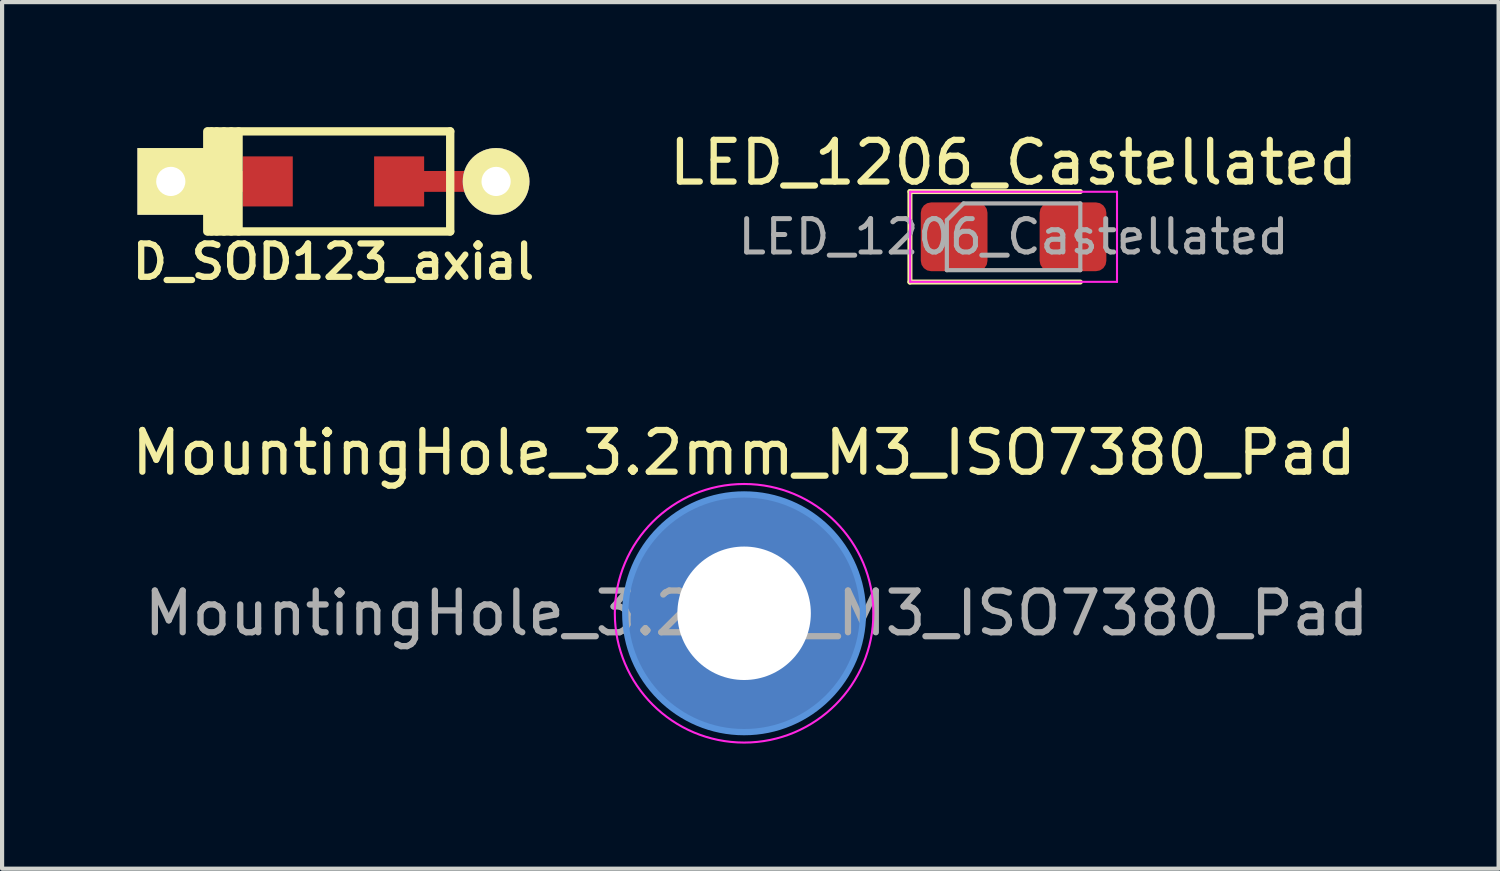
<source format=kicad_pcb>
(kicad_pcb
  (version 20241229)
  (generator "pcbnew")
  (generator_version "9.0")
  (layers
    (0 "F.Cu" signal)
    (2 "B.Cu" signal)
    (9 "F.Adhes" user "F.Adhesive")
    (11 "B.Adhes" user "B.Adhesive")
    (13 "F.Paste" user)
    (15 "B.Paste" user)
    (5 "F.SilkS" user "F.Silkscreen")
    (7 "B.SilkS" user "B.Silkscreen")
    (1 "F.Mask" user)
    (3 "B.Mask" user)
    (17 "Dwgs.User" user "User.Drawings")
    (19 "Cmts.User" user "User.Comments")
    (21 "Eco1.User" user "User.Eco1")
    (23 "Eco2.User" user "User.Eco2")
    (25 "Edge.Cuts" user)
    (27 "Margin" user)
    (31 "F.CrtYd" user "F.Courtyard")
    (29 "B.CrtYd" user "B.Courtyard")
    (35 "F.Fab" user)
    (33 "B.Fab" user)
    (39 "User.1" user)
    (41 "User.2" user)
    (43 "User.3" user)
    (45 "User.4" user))
  (footprint "LED_1206_Castellated"
    (layer "F.Cu")
    (at 21.253 2.628)
    (property "Reference" "LED_1206_Castellated" (at 0 -1.78 0) (layer "F.SilkS") (effects (font (size 1 1) (thickness 0.15))))
    (attr smd)
    (fp_line (start -2.485 -1.085) (end -2.485 1.085) (stroke (width 0.12) (type solid)) (layer "F.SilkS"))
    (fp_line (start -2.485 1.085) (end 1.6 1.085) (stroke (width 0.12) (type solid)) (layer "F.SilkS"))
    (fp_line (start 1.6 -1.085) (end -2.485 -1.085) (stroke (width 0.12) (type solid)) (layer "F.SilkS"))
    (fp_line (start -2.48 -1.08) (end 2.48 -1.08) (stroke (width 0.05) (type solid)) (layer "F.CrtYd"))
    (fp_line (start -2.48 1.08) (end -2.48 -1.08) (stroke (width 0.05) (type solid)) (layer "F.CrtYd"))
    (fp_line (start 2.48 -1.08) (end 2.48 1.08) (stroke (width 0.05) (type solid)) (layer "F.CrtYd"))
    (fp_line (start 2.48 1.08) (end -2.48 1.08) (stroke (width 0.05) (type solid)) (layer "F.CrtYd"))
    (fp_line (start -1.6 -0.4) (end -1.6 0.8) (stroke (width 0.1) (type solid)) (layer "F.Fab"))
    (fp_line (start -1.6 0.8) (end 1.6 0.8) (stroke (width 0.1) (type solid)) (layer "F.Fab"))
    (fp_line (start -1.2 -0.8) (end -1.6 -0.4) (stroke (width 0.1) (type solid)) (layer "F.Fab"))
    (fp_line (start 1.6 -0.8) (end -1.2 -0.8) (stroke (width 0.1) (type solid)) (layer "F.Fab"))
    (fp_line (start 1.6 0.8) (end 1.6 -0.8) (stroke (width 0.1) (type solid)) (layer "F.Fab"))
    (fp_text user "${REFERENCE}" (at 0 0 0) (layer "F.Fab") (effects (font (size 0.8 0.8) (thickness 0.12))))
    (pad "1" smd roundrect (at -1.425 0) (size 1.6 1.65) (layers "F.Cu" "F.Mask" "F.Paste") (roundrect_rratio 0.156))
    (pad "2" smd roundrect (at 1.425 0) (size 1.6 1.65) (layers "F.Cu" "F.Mask" "F.Paste") (roundrect_rratio 0.156)))
  (footprint "MountingHole_3.2mm_M3_ISO7380_Pad"
    (layer "F.Cu")
    (at 14.792 11.655)
    (property "Reference" "MountingHole_3.2mm_M3_ISO7380_Pad" (at 0 -3.85 0) (layer "F.SilkS") (effects (font (size 1 1) (thickness 0.15))))
    (attr exclude_from_pos_files exclude_from_bom)
    (fp_circle (center 0 0) (end 2.85 0) (stroke (width 0.15) (type solid)) (fill no) (layer "Cmts.User"))
    (fp_circle (center 0 0) (end 3.1 0) (stroke (width 0.05) (type solid)) (fill no) (layer "F.CrtYd"))
    (fp_text user "${REFERENCE}" (at 0.3 0 0) (layer "F.Fab") (effects (font (size 1 1) (thickness 0.15))))
    (pad "1" thru_hole circle (at 0 0) (size 5.7 5.7) (drill 3.2) (layers "*.Cu" "*.Mask")))
  (footprint "D_SOD123_axial"
    (layer "F.Cu")
    (at 4.945 1.3)
    (property "Reference" "D_SOD123_axial" (at 0 1.925 0) (layer "F.SilkS") (effects (font (size 0.8 0.8) (thickness 0.15))))
    (attr smd)
    (fp_line (start -3.025 1.2) (end -3.025 -1.2) (stroke (width 0.2) (type solid)) (layer "F.SilkS"))
    (fp_line (start -3 -1.2) (end 2.8 -1.2) (stroke (width 0.2) (type solid)) (layer "F.SilkS"))
    (fp_line (start -2.925 -1.2) (end -2.925 1.2) (stroke (width 0.2) (type solid)) (layer "F.SilkS"))
    (fp_line (start -2.8 -1.2) (end -2.8 1.2) (stroke (width 0.2) (type solid)) (layer "F.SilkS"))
    (fp_line (start -2.625 -1.2) (end -2.625 1.2) (stroke (width 0.2) (type solid)) (layer "F.SilkS"))
    (fp_line (start -2.45 -1.2) (end -2.45 1.2) (stroke (width 0.2) (type solid)) (layer "F.SilkS"))
    (fp_line (start -2.275 -1.2) (end -2.275 1.2) (stroke (width 0.2) (type solid)) (layer "F.SilkS"))
    (fp_line (start 2.8 -1.2) (end 2.8 1.2) (stroke (width 0.2) (type solid)) (layer "F.SilkS"))
    (fp_line (start 2.8 1.2) (end -3 1.2) (stroke (width 0.2) (type solid)) (layer "F.SilkS"))
    (pad "1" thru_hole rect (at -3.9 0) (size 1.6 1.6) (drill 0.7) (layers "*.Cu" "*.Mask" "F.SilkS"))
    (pad "1" smd rect (at -2.7 0) (size 2.5 0.5) (layers "F.Cu"))
    (pad "1" smd rect (at -1.575 0) (size 1.2 1.2) (layers "F.Cu" "F.Mask" "F.Paste"))
    (pad "2" smd rect (at 1.575 0) (size 1.2 1.2) (layers "F.Cu" "F.Mask" "F.Paste"))
    (pad "2" smd rect (at 2.7 0) (size 2.5 0.5) (layers "F.Cu"))
    (pad "2" thru_hole circle (at 3.9 0) (size 1.6 1.6) (drill 0.7) (layers "*.Cu" "*.Mask" "F.SilkS")))
  (gr_rect
    (start -3 -3)
    (end 32.883 17.779)
    (stroke (width 0.1) (type default))
    (fill no)
    (layer "Edge.Cuts")))
</source>
